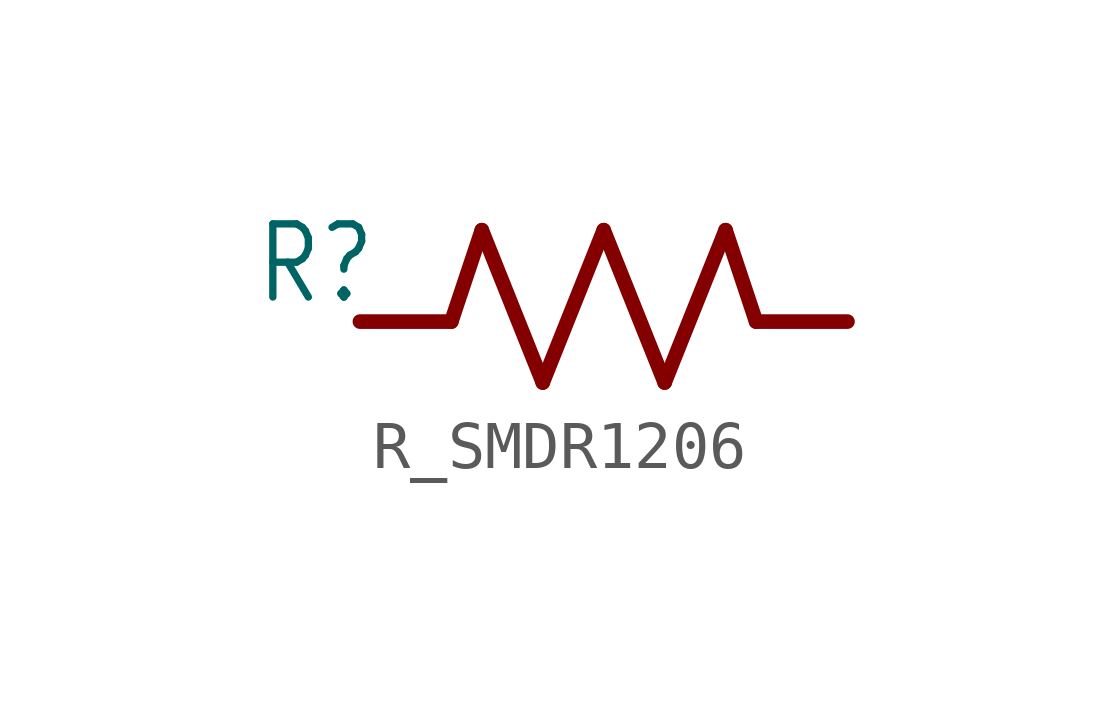
<source format=kicad_sym>
(kicad_symbol_lib
  (version 20231120)
  (generator "kicad_symbol_editor")
  (generator_version "8.0")
  (symbol "R_SMDR1206"
    (property "Reference" "R"
      (at -7.303 0.318 0)
      (effects (font (size 1.524 1.295)) (justify left bottom)))
    (property "Value" ""
      (at 3.334 0.318 0)
      (effects (font (size 1.524 1.295)) (justify left bottom)))
    (property "ki_locked" ""
      (at 0 0 0)
      (effects (font (size 1.27 1.27))))
    (symbol "R_SMDR1206_1_0"
      (polyline (pts (xy -3.175 0) (xy -5.08 0)) (stroke (width 0.305) (type solid)) (fill (type none)))
      (polyline (pts (xy -2.54 1.905) (xy -3.175 0)) (stroke (width 0.305) (type solid)) (fill (type none)))
      (polyline (pts (xy -2.54 1.905) (xy -1.27 -1.27)) (stroke (width 0.305) (type solid)) (fill (type none)))
      (polyline (pts (xy -1.27 -1.27) (xy 0 1.905)) (stroke (width 0.305) (type solid)) (fill (type none)))
      (polyline (pts (xy 0 1.905) (xy 1.27 -1.27)) (stroke (width 0.305) (type solid)) (fill (type none)))
      (polyline (pts (xy 1.27 -1.27) (xy 2.54 1.905)) (stroke (width 0.305) (type solid)) (fill (type none)))
      (polyline (pts (xy 2.54 1.905) (xy 3.175 0)) (stroke (width 0.305) (type solid)) (fill (type none)))
      (polyline (pts (xy 3.175 0) (xy 5.08 0)) (stroke (width 0.305) (type solid)) (fill (type none)))
      (pin passive line (at -5.08 0 0) (length 0) (name "1" (effects (font (size 0 0)))) (number "P$1" (effects (font (size 0 0)))))
      (pin passive line (at 5.08 0 180) (length 0) (name "2" (effects (font (size 0 0)))) (number "P$2" (effects (font (size 0 0))))))))
</source>
